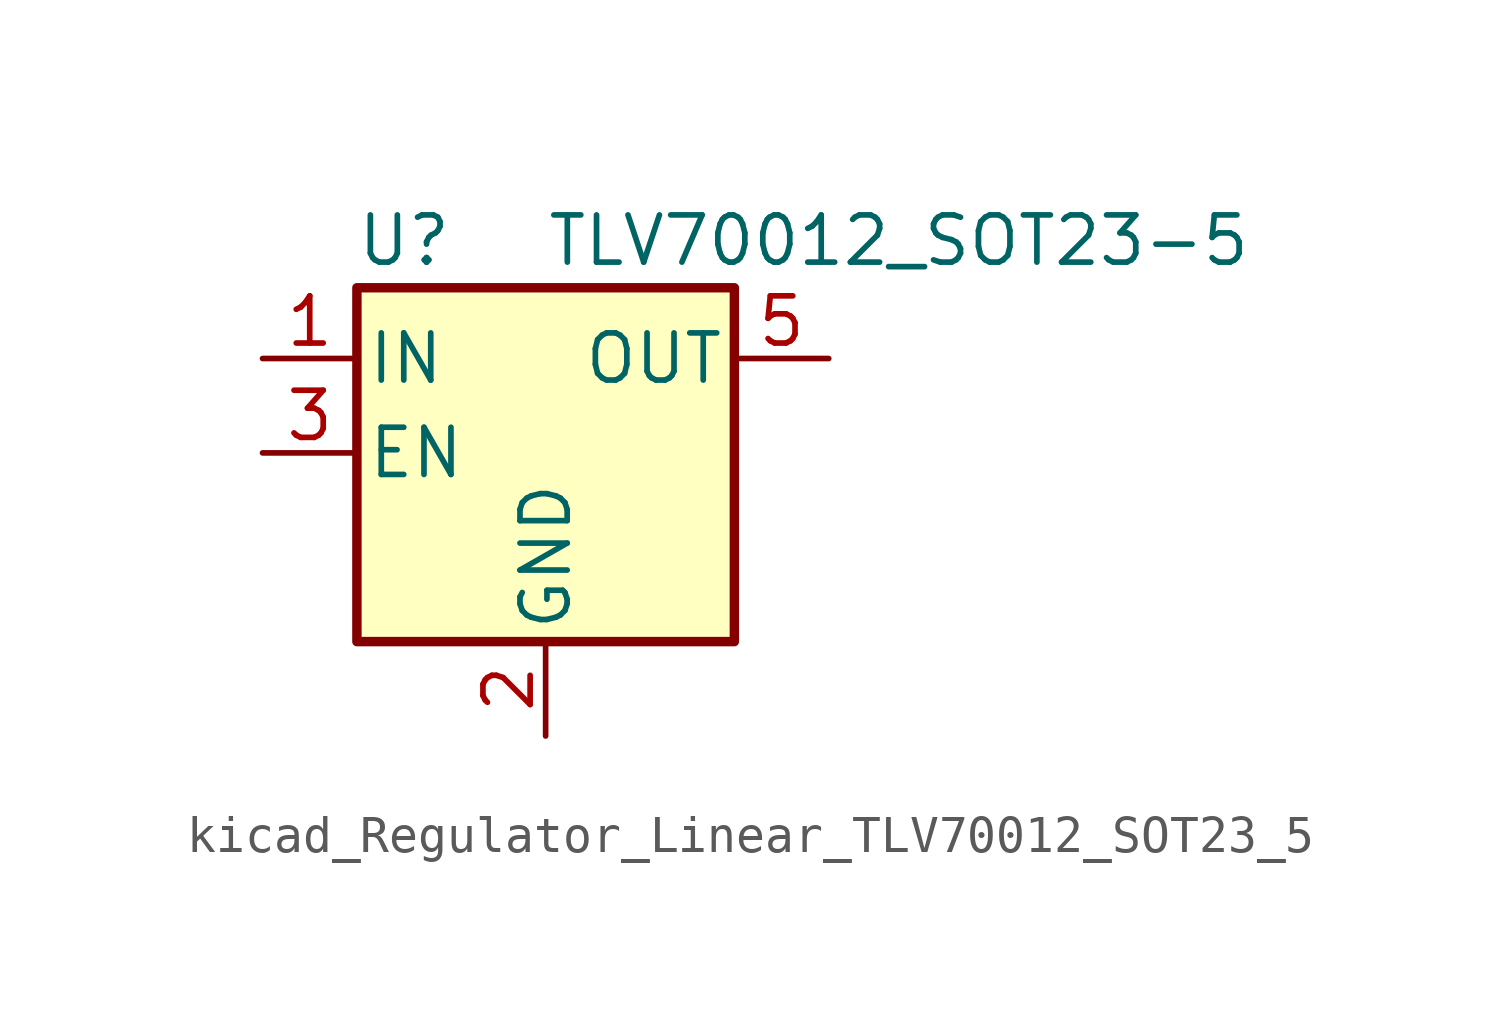
<source format=kicad_sym>
(kicad_symbol_lib
  (version 20220914)
  (generator kicad_symbol_editor)
  (symbol "kicad_Regulator_Linear_TLV70012_SOT23_5"
    (pin_names
      (offset 0.254))
    (property "Reference" "U"
      (at -3.81 5.715 0)
      (effects (font (size 1.27 1.27))))
    (property "Value" "TLV70012_SOT23-5"
      (at 0 5.715 0)
      (effects (font (size 1.27 1.27)) (justify left)))
    (symbol "kicad_Regulator_Linear_TLV70012_SOT23_5_0_1"
      (rectangle (start -5.08 4.445) (end 5.08 -5.08) (stroke (width 0.254) (type default)) (fill (type background))))
    (symbol "kicad_Regulator_Linear_TLV70012_SOT23_5_1_1"
      (pin power_in line (at -7.62 2.54 0) (length 2.54) (name "IN" (effects (font (size 1.27 1.27)))) (number "1" (effects (font (size 1.27 1.27)))))
      (pin power_in line (at 0 -7.62 90) (length 2.54) (name "GND" (effects (font (size 1.27 1.27)))) (number "2" (effects (font (size 1.27 1.27)))))
      (pin input line (at -7.62 0 0) (length 2.54) (name "EN" (effects (font (size 1.27 1.27)))) (number "3" (effects (font (size 1.27 1.27)))))
      (pin no_connect line (at 5.08 0 180) (length 2.54) hide (name "NC" (effects (font (size 1.27 1.27)))) (number "4" (effects (font (size 1.27 1.27)))))
      (pin power_out line (at 7.62 2.54 180) (length 2.54) (name "OUT" (effects (font (size 1.27 1.27)))) (number "5" (effects (font (size 1.27 1.27))))))))
</source>
